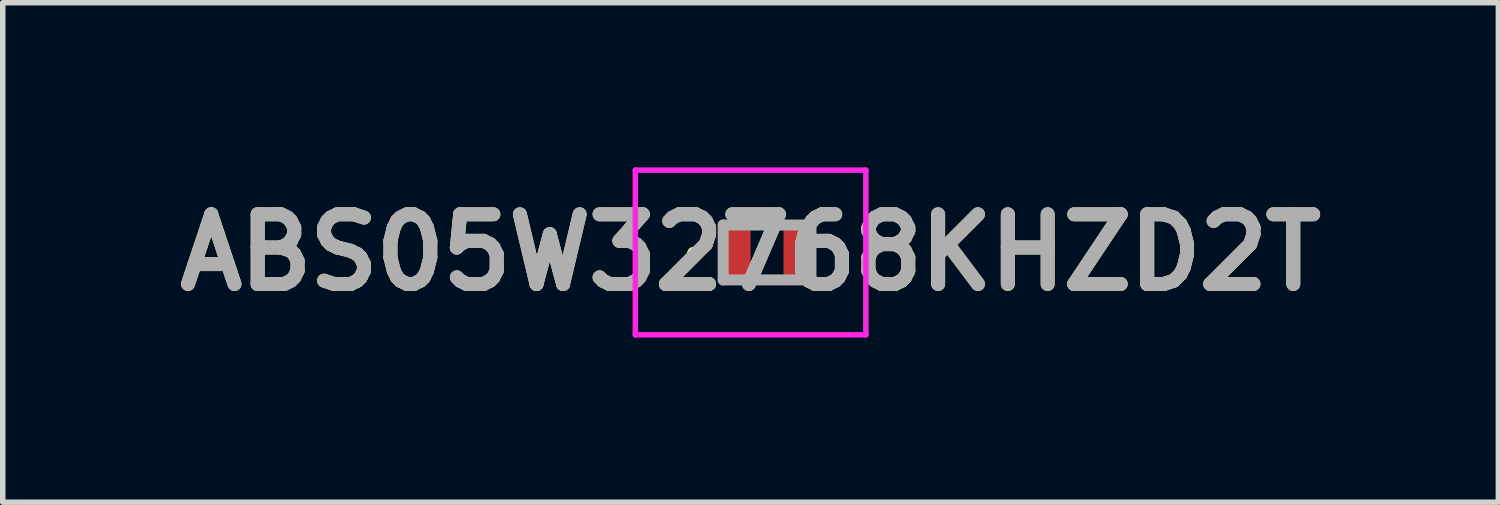
<source format=kicad_pcb>
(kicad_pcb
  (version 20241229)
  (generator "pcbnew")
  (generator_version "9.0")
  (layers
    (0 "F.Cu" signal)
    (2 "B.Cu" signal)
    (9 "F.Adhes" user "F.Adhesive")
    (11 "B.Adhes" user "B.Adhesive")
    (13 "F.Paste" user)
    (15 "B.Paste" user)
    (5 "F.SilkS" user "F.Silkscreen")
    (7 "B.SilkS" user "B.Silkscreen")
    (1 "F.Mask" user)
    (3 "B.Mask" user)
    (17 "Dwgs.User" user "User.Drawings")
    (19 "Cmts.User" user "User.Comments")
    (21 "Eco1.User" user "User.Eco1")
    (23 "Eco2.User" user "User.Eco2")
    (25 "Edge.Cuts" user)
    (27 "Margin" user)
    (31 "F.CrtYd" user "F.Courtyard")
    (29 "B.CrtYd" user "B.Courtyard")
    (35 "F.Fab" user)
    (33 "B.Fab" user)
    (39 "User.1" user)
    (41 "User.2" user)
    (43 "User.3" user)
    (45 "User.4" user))
  (footprint "ABS05W32768KHZD2T"
    (layer "F.Cu")
    (at 10.926 1.55)
    (property "Reference" "ABS05W32768KHZD2T" (at -0.3 0 0) (layer "F.SilkS") (effects (font (size 1.27 1.27) (thickness 0.254))))
    (attr smd)
    (fp_line (start -1.4 0) (end -1.4 0) (stroke (width 0.1) (type solid)) (layer "F.SilkS"))
    (fp_line (start -1.3 0) (end -1.3 0) (stroke (width 0.1) (type solid)) (layer "F.SilkS"))
    (fp_arc (start -1.4 0) (mid -1.35 -0.05) (end -1.3 0) (stroke (width 0.1) (type solid)) (layer "F.SilkS"))
    (fp_arc (start -1.3 0) (mid -1.35 0.05) (end -1.4 0) (stroke (width 0.1) (type solid)) (layer "F.SilkS"))
    (fp_line (start -2.4 -1.5) (end 1.8 -1.5) (stroke (width 0.1) (type solid)) (layer "F.CrtYd"))
    (fp_line (start -2.4 1.5) (end -2.4 -1.5) (stroke (width 0.1) (type solid)) (layer "F.CrtYd"))
    (fp_line (start 1.8 -1.5) (end 1.8 1.5) (stroke (width 0.1) (type solid)) (layer "F.CrtYd"))
    (fp_line (start 1.8 1.5) (end -2.4 1.5) (stroke (width 0.1) (type solid)) (layer "F.CrtYd"))
    (fp_line (start -0.8 -0.5) (end 0.8 -0.5) (stroke (width 0.2) (type solid)) (layer "F.Fab"))
    (fp_line (start -0.8 0.5) (end -0.8 -0.5) (stroke (width 0.2) (type solid)) (layer "F.Fab"))
    (fp_line (start 0.8 -0.5) (end 0.8 0.5) (stroke (width 0.2) (type solid)) (layer "F.Fab"))
    (fp_line (start 0.8 0.5) (end -0.8 0.5) (stroke (width 0.2) (type solid)) (layer "F.Fab"))
    (fp_text user "${REFERENCE}" (at -0.3 0 0) (layer "F.Fab") (effects (font (size 1.27 1.27) (thickness 0.254))))
    (pad "1" smd rect (at -0.55 0) (size 0.5 1) (layers "F.Cu" "F.Mask" "F.Paste"))
    (pad "2" smd rect (at 0.55 0) (size 0.5 1) (layers "F.Cu" "F.Mask" "F.Paste")))
  (gr_rect
    (start -3 -3)
    (end 24.251 6.1)
    (stroke (width 0.1) (type default))
    (fill no)
    (layer "Edge.Cuts")))
</source>
